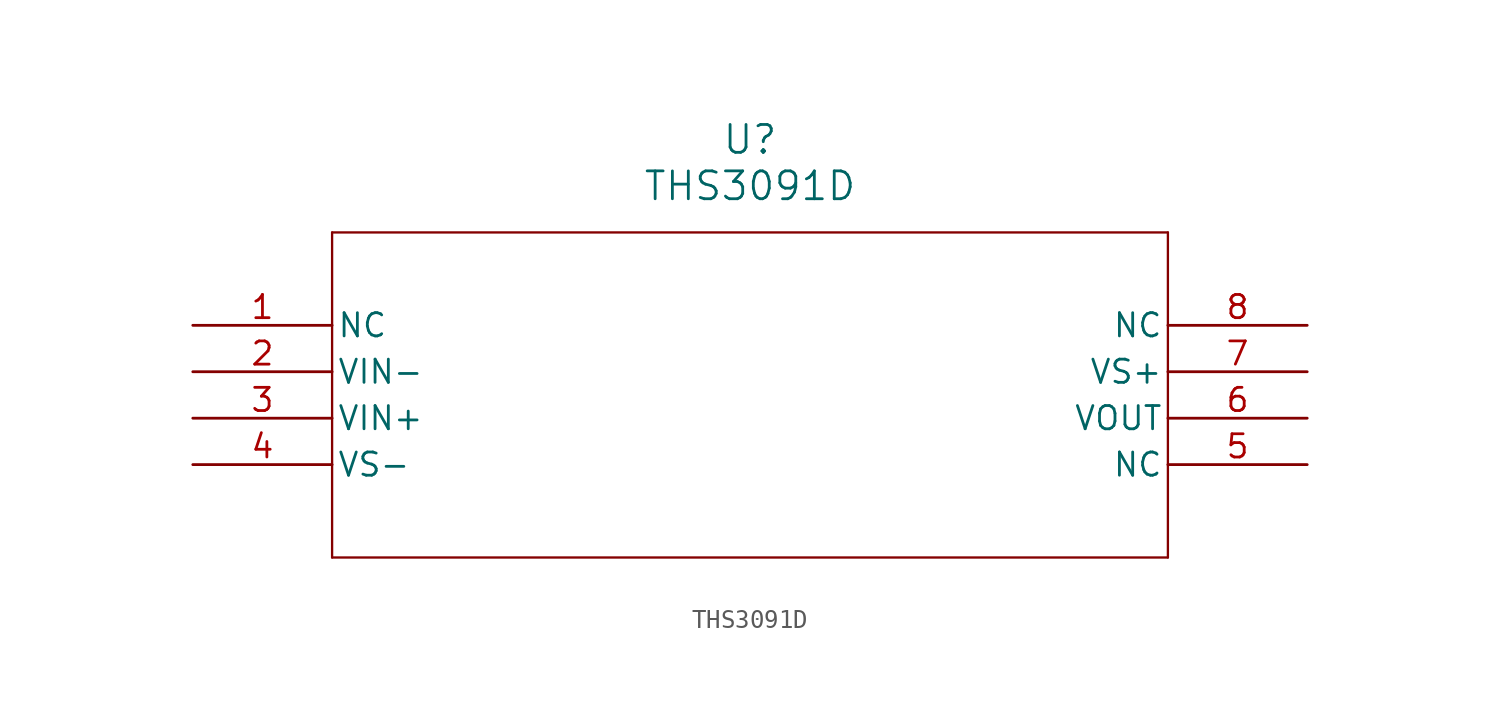
<source format=kicad_sym>
(kicad_symbol_lib
  (version 20211014)
  (generator kicad_symbol_editor)
  (symbol "THS3091D"
    (pin_names
      (offset 0.254))
    (property "Reference" "U"
      (at 30.48 10.16 0)
      (effects (font (size 1.524 1.524))))
    (property "Value" "THS3091D"
      (at 30.48 7.62 0)
      (effects (font (size 1.524 1.524))))
    (symbol "THS3091D_0_1"
      (polyline (pts (xy 7.62 5.08) (xy 7.62 -12.7)) (stroke (width 0.127) (type default) (color 0 0 0 0)) (fill (type none)))
      (polyline (pts (xy 7.62 -12.7) (xy 53.34 -12.7)) (stroke (width 0.127) (type default) (color 0 0 0 0)) (fill (type none)))
      (polyline (pts (xy 53.34 -12.7) (xy 53.34 5.08)) (stroke (width 0.127) (type default) (color 0 0 0 0)) (fill (type none)))
      (polyline (pts (xy 53.34 5.08) (xy 7.62 5.08)) (stroke (width 0.127) (type default) (color 0 0 0 0)) (fill (type none)))
      (pin unspecified line (at 0 0 0) (length 7.62) (name "NC" (effects (font (size 1.27 1.27)))) (number "1" (effects (font (size 1.27 1.27)))))
      (pin input line (at 0 -2.54 0) (length 7.62) (name "VIN-" (effects (font (size 1.27 1.27)))) (number "2" (effects (font (size 1.27 1.27)))))
      (pin input line (at 0 -5.08 0) (length 7.62) (name "VIN+" (effects (font (size 1.27 1.27)))) (number "3" (effects (font (size 1.27 1.27)))))
      (pin power_in line (at 0 -7.62 0) (length 7.62) (name "VS-" (effects (font (size 1.27 1.27)))) (number "4" (effects (font (size 1.27 1.27)))))
      (pin unspecified line (at 60.96 -7.62 180) (length 7.62) (name "NC" (effects (font (size 1.27 1.27)))) (number "5" (effects (font (size 1.27 1.27)))))
      (pin output line (at 60.96 -5.08 180) (length 7.62) (name "VOUT" (effects (font (size 1.27 1.27)))) (number "6" (effects (font (size 1.27 1.27)))))
      (pin power_in line (at 60.96 -2.54 180) (length 7.62) (name "VS+" (effects (font (size 1.27 1.27)))) (number "7" (effects (font (size 1.27 1.27)))))
      (pin unspecified line (at 60.96 0 180) (length 7.62) (name "NC" (effects (font (size 1.27 1.27)))) (number "8" (effects (font (size 1.27 1.27))))))))
</source>
